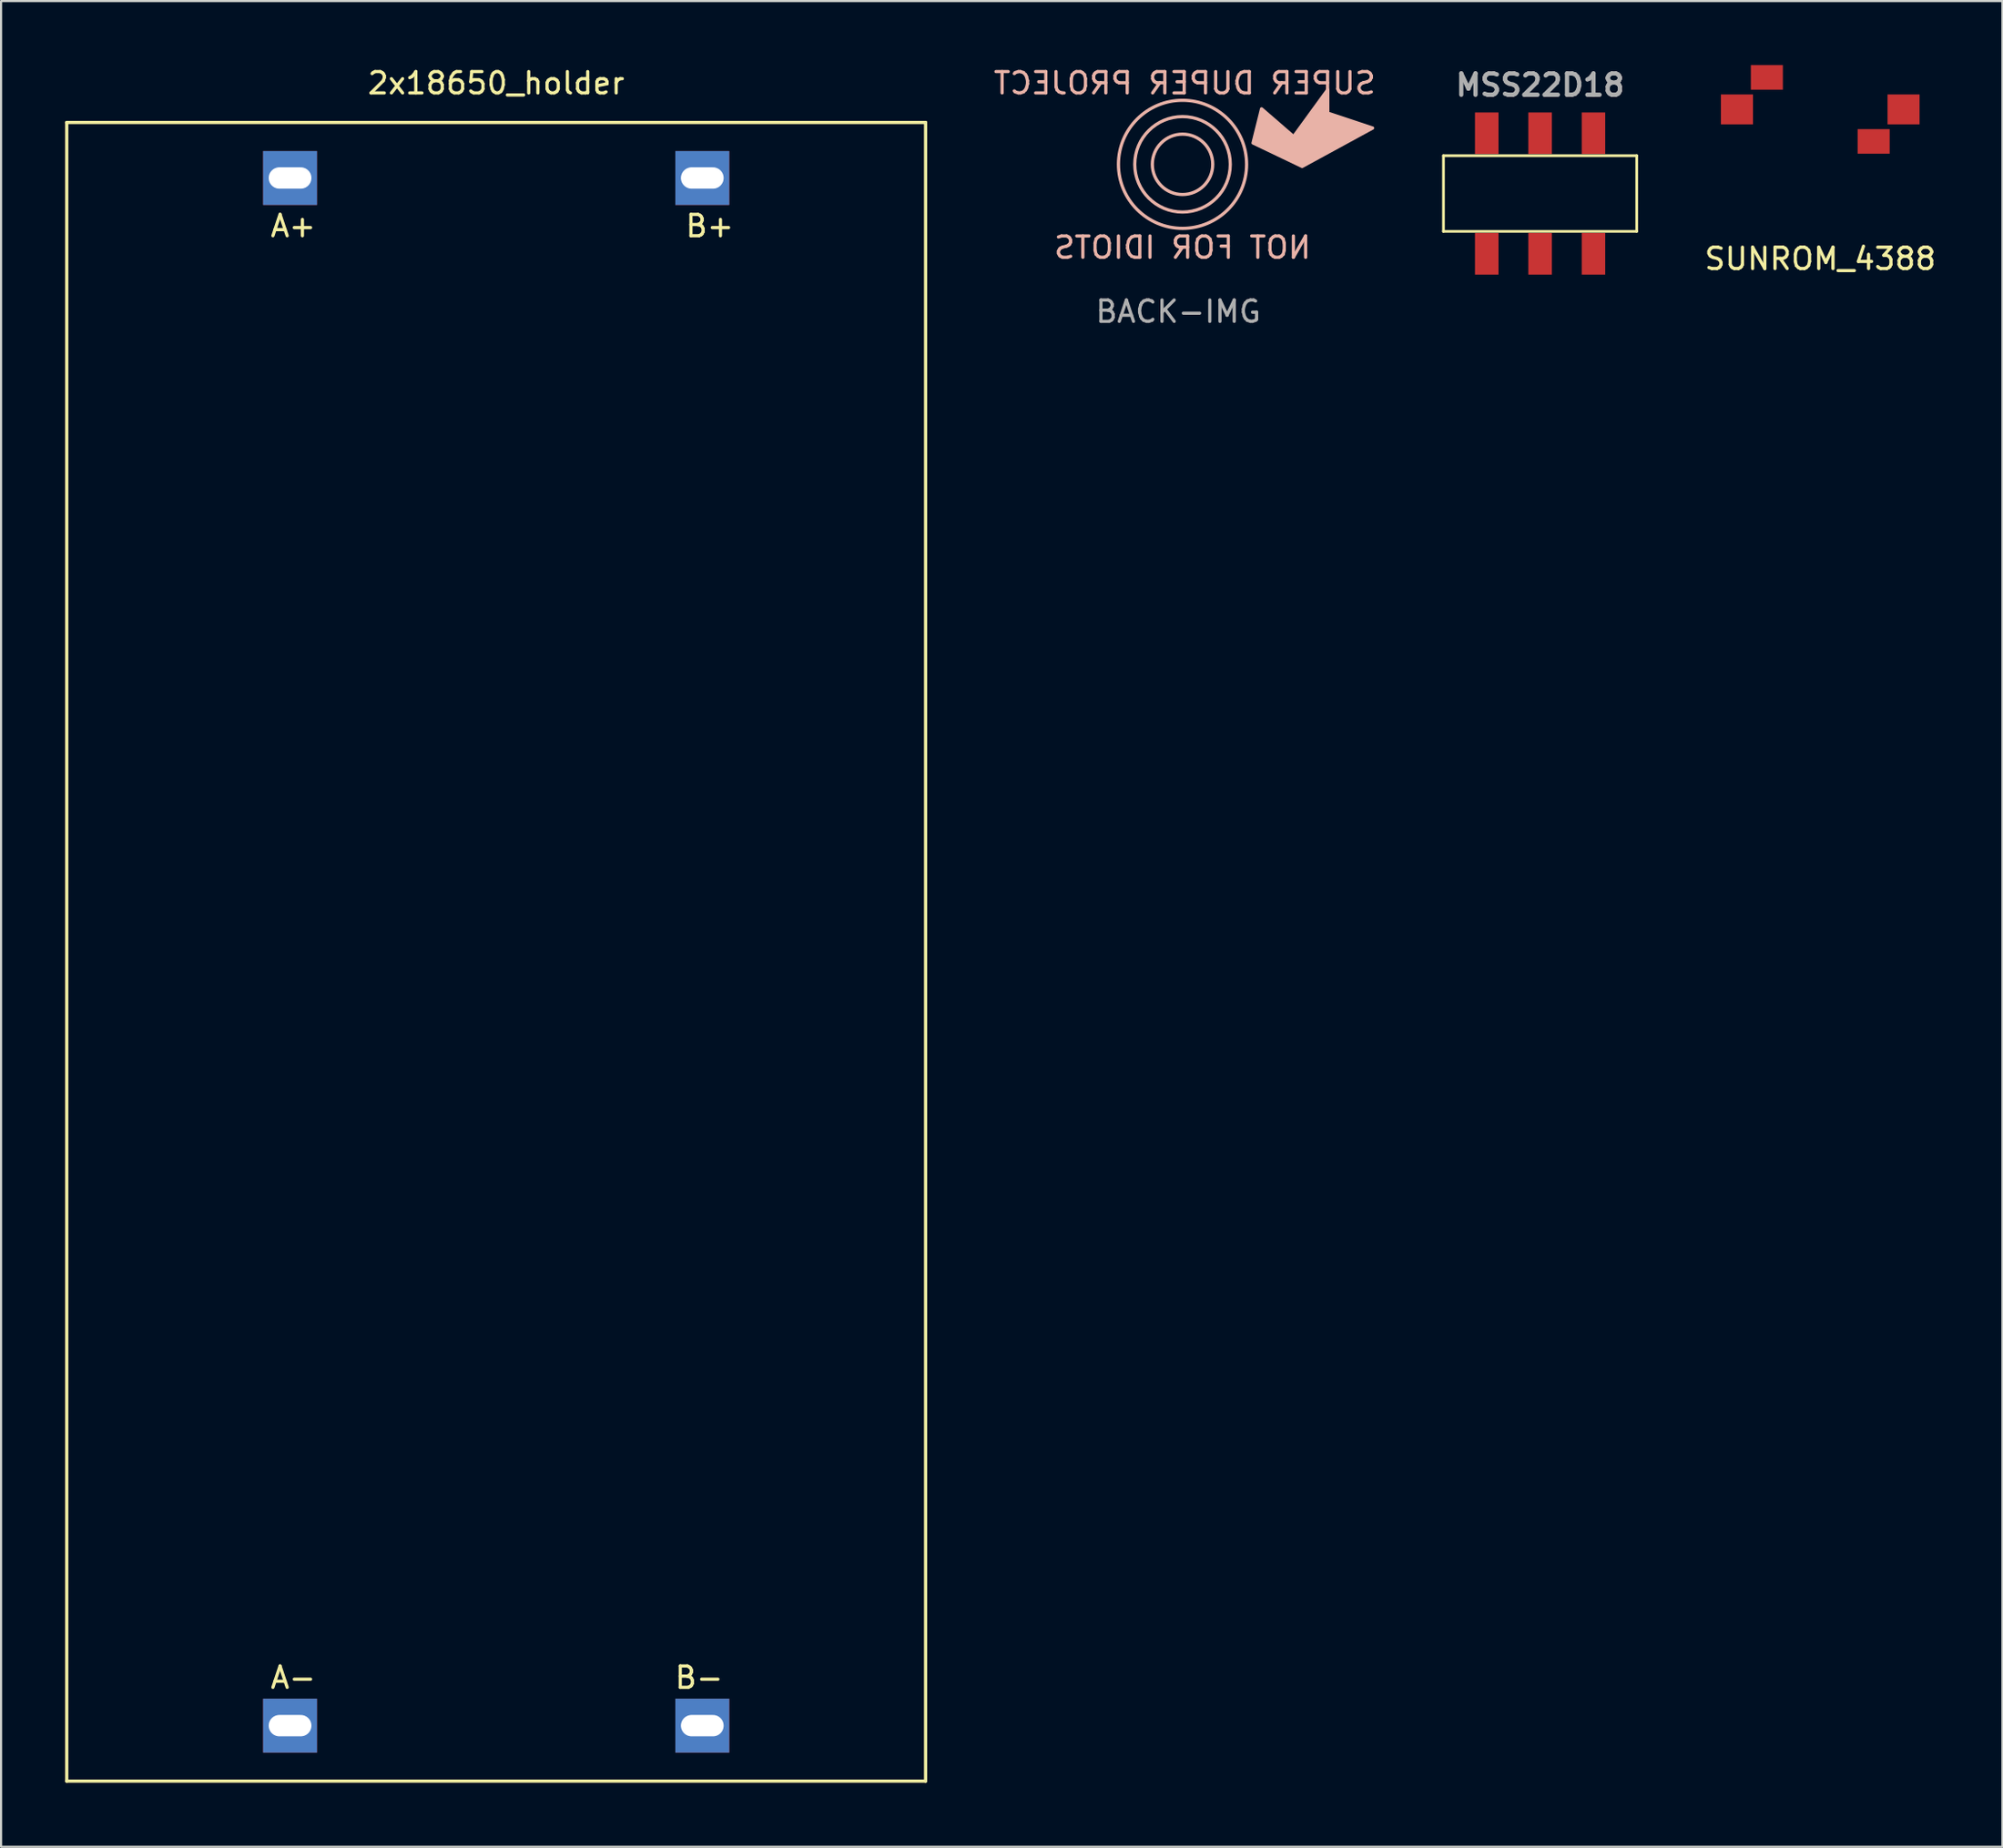
<source format=kicad_pcb>
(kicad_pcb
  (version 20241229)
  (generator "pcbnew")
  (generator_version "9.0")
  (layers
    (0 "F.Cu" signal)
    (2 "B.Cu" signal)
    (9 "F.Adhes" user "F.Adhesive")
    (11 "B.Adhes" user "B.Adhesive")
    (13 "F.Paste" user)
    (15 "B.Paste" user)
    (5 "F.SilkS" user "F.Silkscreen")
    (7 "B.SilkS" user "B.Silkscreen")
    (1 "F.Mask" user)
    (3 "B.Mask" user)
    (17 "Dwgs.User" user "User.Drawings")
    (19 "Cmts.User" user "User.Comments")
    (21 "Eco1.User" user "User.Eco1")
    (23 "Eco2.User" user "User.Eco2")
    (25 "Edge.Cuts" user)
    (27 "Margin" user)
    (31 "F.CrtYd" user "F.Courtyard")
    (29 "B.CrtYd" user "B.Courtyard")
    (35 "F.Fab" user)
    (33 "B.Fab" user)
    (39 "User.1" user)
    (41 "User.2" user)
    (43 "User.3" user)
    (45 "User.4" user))
  (footprint "BACK-IMG"
    (layer "F.Cu")
    (at 52.314 4.648)
    (property "Reference" "BACK-IMG" (at -0.2 6.9 0) (layer "F.Fab") (effects (font (size 1 1) (thickness 0.15))))
    (attr through_hole)
    (fp_circle (center 0 0) (end 1.414 0) (stroke (width 0.15) (type solid)) (fill no) (layer "B.SilkS"))
    (fp_circle (center 0 0) (end 2.236 0) (stroke (width 0.15) (type solid)) (fill no) (layer "B.SilkS"))
    (fp_circle (center 0 0) (end 3 0) (stroke (width 0.15) (type solid)) (fill no) (layer "B.SilkS"))
    (fp_poly (pts (xy 6.8 -2.4) (xy 8.9 -1.7) (xy 5.6 0.1) (xy 3.3 -1) (xy 3.7 -2.6) (xy 5.2 -1.3) (xy 6.8 -3.5) (xy 6.8 -2.7)) (stroke (width 0.15) (type solid)) (fill yes) (layer "B.SilkS"))
    (fp_text user "SUPER DUPER PROJECT" (at 0.1 -3.8 0) (layer "B.SilkS") (effects (font (size 1 1) (thickness 0.15)) (justify mirror)))
    (fp_text user "NOT FOR IDIOTS" (at 0 3.9 0) (layer "B.SilkS") (effects (font (size 1 1) (thickness 0.15)) (justify mirror))))
  (footprint "2x18650_holder"
    (layer "F.Cu")
    (at 20.18 41.538)
    (property "Reference" "2x18650_holder" (at 0 -40.69 0) (layer "F.SilkS") (effects (font (size 1 1) (thickness 0.15))))
    (attr through_hole)
    (fp_line (start -20.105 -38.85) (end 20.105 -38.85) (stroke (width 0.15) (type solid)) (layer "F.SilkS"))
    (fp_line (start -20.105 38.85) (end -20.105 -38.85) (stroke (width 0.15) (type solid)) (layer "F.SilkS"))
    (fp_line (start -20.105 38.85) (end 20.105 38.85) (stroke (width 0.15) (type solid)) (layer "F.SilkS"))
    (fp_line (start 20.105 -38.85) (end 20.105 38.85) (stroke (width 0.15) (type solid)) (layer "F.SilkS"))
    (fp_text user "A-" (at -9.5 34 0) (layer "F.SilkS") (effects (font (size 1 1) (thickness 0.15))))
    (fp_text user "A+" (at -9.5 -34 0) (layer "F.SilkS") (effects (font (size 1 1) (thickness 0.15))))
    (fp_text user "B+" (at 10 -34 0) (layer "F.SilkS") (effects (font (size 1 1) (thickness 0.15))))
    (fp_text user "B-" (at 9.5 34 0) (layer "F.SilkS") (effects (font (size 1 1) (thickness 0.15))))
    (pad "1" thru_hole custom (at -9.65 -36.25) (size 2.524 2.524) (drill oval 2 1) (layers "*.Cu" "*.Mask") (options (anchor rect)) (primitives))
    (pad "2" thru_hole rect (at -9.65 36.25) (size 2.524 2.524) (drill oval 2 1) (layers "*.Cu" "*.Mask"))
    (pad "3" thru_hole rect (at 9.65 -36.25) (size 2.524 2.524) (drill oval 2 1) (layers "*.Cu" "*.Mask"))
    (pad "4" thru_hole rect (at 9.65 36.25) (size 2.524 2.524) (drill oval 2 1) (layers "*.Cu" "*.Mask")))
  (footprint "SUNROM_4388"
    (layer "F.Cu")
    (at 82.171 2.075)
    (property "Reference" "SUNROM_4388" (at 0 7 0) (layer "F.SilkS") (effects (font (size 1 1) (thickness 0.15))))
    (attr through_hole)
    (pad "1" smd rect (at -3.9 0 180) (size 1.5 1.4) (layers "F.Cu" "F.Mask" "F.Paste"))
    (pad "2" smd rect (at 3.9 0) (size 1.5 1.4) (layers "F.Cu" "F.Mask" "F.Paste"))
    (pad "3" smd rect (at -2.5 -1.5) (size 1.5 1.15) (layers "F.Cu" "F.Mask" "F.Paste"))
    (pad "4" smd rect (at 2.5 1.5) (size 1.5 1.15) (layers "F.Cu" "F.Mask" "F.Paste")))
  (footprint "MSS22D18"
    (layer "F.Cu")
    (at 69.054 6.016)
    (property "Reference" "MSS22D18" (at 0 -5.08 0) (layer "F.Fab") (effects (font (size 1 1) (thickness 0.2))))
    (attr smd)
    (fp_line (start -4.524 -1.773) (end -4.524 1.773) (stroke (width 0.127) (type solid)) (layer "F.SilkS"))
    (fp_line (start -4.524 1.773) (end 4.524 1.773) (stroke (width 0.127) (type solid)) (layer "F.SilkS"))
    (fp_line (start 4.524 -1.773) (end -4.524 -1.773) (stroke (width 0.127) (type solid)) (layer "F.SilkS"))
    (fp_line (start 4.524 1.773) (end 4.524 -1.773) (stroke (width 0.127) (type solid)) (layer "F.SilkS"))
    (pad "1" smd rect (at -2.499 2.824 90) (size 1.948 1.1) (layers "F.Cu" "F.Mask" "F.Paste"))
    (pad "2" smd rect (at 0 2.824 90) (size 1.948 1.1) (layers "F.Cu" "F.Mask" "F.Paste"))
    (pad "3" smd rect (at 2.499 2.824 90) (size 1.948 1.1) (layers "F.Cu" "F.Mask" "F.Paste"))
    (pad "4" smd rect (at 2.499 -2.824 90) (size 1.948 1.1) (layers "F.Cu" "F.Mask" "F.Paste"))
    (pad "5" smd rect (at 0 -2.824 90) (size 1.948 1.1) (layers "F.Cu" "F.Mask" "F.Paste"))
    (pad "6" smd rect (at -2.499 -2.824 90) (size 1.948 1.1) (layers "F.Cu" "F.Mask" "F.Paste")))
  (gr_rect
    (start -3 -3)
    (end 90.701 83.463)
    (stroke (width 0.1) (type default))
    (fill no)
    (layer "Edge.Cuts")))
</source>
